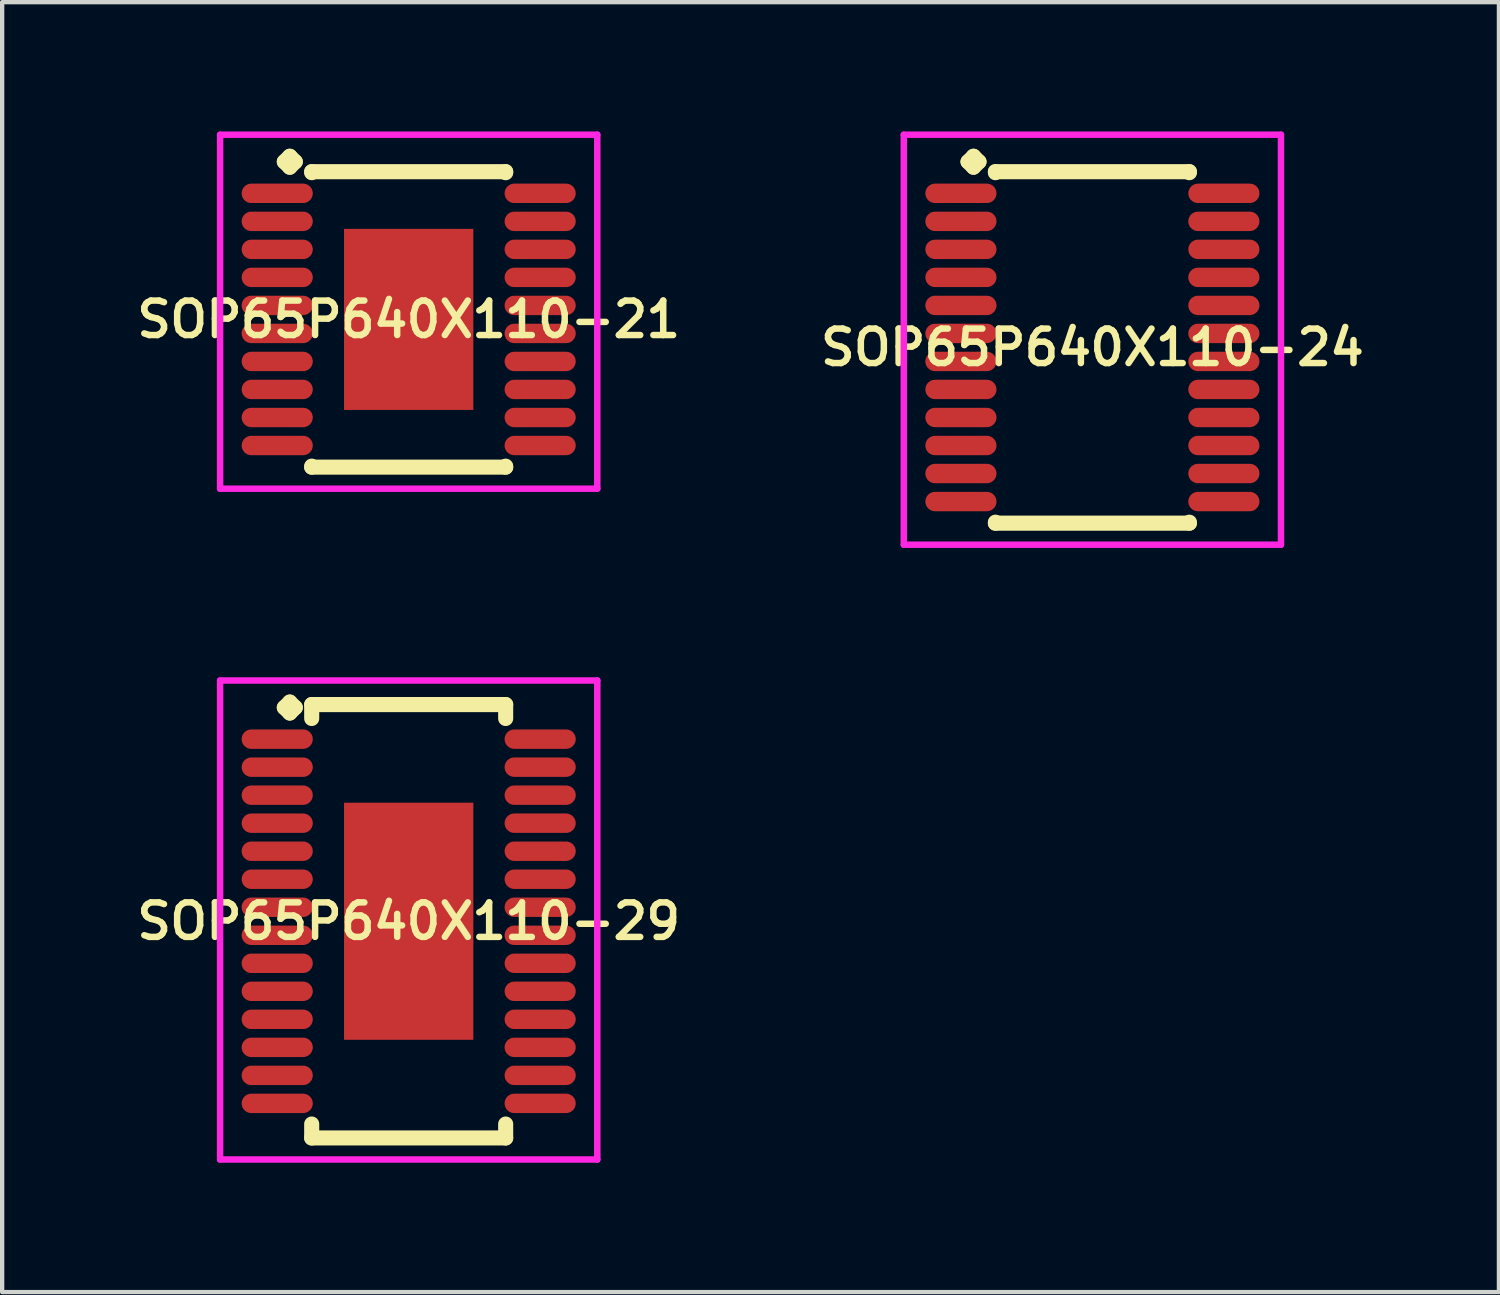
<source format=kicad_pcb>
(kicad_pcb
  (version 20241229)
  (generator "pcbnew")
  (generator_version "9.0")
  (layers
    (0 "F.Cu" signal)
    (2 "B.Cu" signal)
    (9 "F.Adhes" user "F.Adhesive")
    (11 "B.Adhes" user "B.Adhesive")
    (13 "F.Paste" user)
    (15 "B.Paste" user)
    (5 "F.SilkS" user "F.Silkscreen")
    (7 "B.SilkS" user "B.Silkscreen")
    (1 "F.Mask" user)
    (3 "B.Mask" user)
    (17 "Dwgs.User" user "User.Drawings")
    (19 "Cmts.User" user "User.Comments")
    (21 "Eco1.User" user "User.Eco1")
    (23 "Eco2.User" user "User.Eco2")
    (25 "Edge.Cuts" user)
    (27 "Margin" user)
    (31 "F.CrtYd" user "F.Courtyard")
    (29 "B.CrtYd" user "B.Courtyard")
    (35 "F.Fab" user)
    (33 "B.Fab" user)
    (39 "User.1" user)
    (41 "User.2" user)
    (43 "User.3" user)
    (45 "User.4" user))
  (footprint "SOP65P640X110-21"
    (layer "F.Cu")
    (at 6.431 4.36)
    (property "Reference" "SOP65P640X110-21" (at 0 0 0) (layer "F.SilkS") (effects (font (size 0.8 0.8) (thickness 0.15))))
    (attr through_hole)
    (fp_line (start -2.885 -3.658) (end -2.758 -3.785) (stroke (width 0.35) (type solid)) (layer "F.SilkS"))
    (fp_line (start -2.758 -3.785) (end -2.631 -3.658) (stroke (width 0.35) (type solid)) (layer "F.SilkS"))
    (fp_line (start -2.758 -3.531) (end -2.885 -3.658) (stroke (width 0.35) (type solid)) (layer "F.SilkS"))
    (fp_line (start -2.631 -3.658) (end -2.758 -3.531) (stroke (width 0.35) (type solid)) (layer "F.SilkS"))
    (fp_line (start -2.25 -3.427) (end 2.25 -3.427) (stroke (width 0.35) (type solid)) (layer "F.SilkS"))
    (fp_line (start -2.25 -3.404) (end -2.25 -3.427) (stroke (width 0.35) (type solid)) (layer "F.SilkS"))
    (fp_line (start -2.25 3.404) (end -2.25 3.427) (stroke (width 0.35) (type solid)) (layer "F.SilkS"))
    (fp_line (start -2.25 3.427) (end 2.25 3.427) (stroke (width 0.35) (type solid)) (layer "F.SilkS"))
    (fp_line (start 2.25 -3.427) (end 2.25 -3.404) (stroke (width 0.35) (type solid)) (layer "F.SilkS"))
    (fp_line (start 2.25 3.427) (end 2.25 3.404) (stroke (width 0.35) (type solid)) (layer "F.SilkS"))
    (fp_line (start -4.375 -4.285) (end 4.375 -4.285) (stroke (width 0.15) (type solid)) (layer "F.CrtYd"))
    (fp_line (start -4.375 3.927) (end -4.375 -4.285) (stroke (width 0.15) (type solid)) (layer "F.CrtYd"))
    (fp_line (start 4.375 -4.285) (end 4.375 3.927) (stroke (width 0.15) (type solid)) (layer "F.CrtYd"))
    (fp_line (start 4.375 3.927) (end -4.375 3.927) (stroke (width 0.15) (type solid)) (layer "F.CrtYd"))
    (pad "1" smd oval (at -3.05 -2.925) (size 1.65 0.45) (layers "F.Cu" "F.Mask" "F.Paste"))
    (pad "2" smd oval (at -3.05 -2.275) (size 1.65 0.45) (layers "F.Cu" "F.Mask" "F.Paste"))
    (pad "3" smd oval (at -3.05 -1.625) (size 1.65 0.45) (layers "F.Cu" "F.Mask" "F.Paste"))
    (pad "4" smd oval (at -3.05 -0.975) (size 1.65 0.45) (layers "F.Cu" "F.Mask" "F.Paste"))
    (pad "5" smd oval (at -3.05 -0.325) (size 1.65 0.45) (layers "F.Cu" "F.Mask" "F.Paste"))
    (pad "6" smd oval (at -3.05 0.325) (size 1.65 0.45) (layers "F.Cu" "F.Mask" "F.Paste"))
    (pad "7" smd oval (at -3.05 0.975) (size 1.65 0.45) (layers "F.Cu" "F.Mask" "F.Paste"))
    (pad "8" smd oval (at -3.05 1.625) (size 1.65 0.45) (layers "F.Cu" "F.Mask" "F.Paste"))
    (pad "9" smd oval (at -3.05 2.275) (size 1.65 0.45) (layers "F.Cu" "F.Mask" "F.Paste"))
    (pad "10" smd oval (at -3.05 2.925) (size 1.65 0.45) (layers "F.Cu" "F.Mask" "F.Paste"))
    (pad "11" smd oval (at 3.05 2.925) (size 1.65 0.45) (layers "F.Cu" "F.Mask" "F.Paste"))
    (pad "12" smd oval (at 3.05 2.275) (size 1.65 0.45) (layers "F.Cu" "F.Mask" "F.Paste"))
    (pad "13" smd oval (at 3.05 1.625) (size 1.65 0.45) (layers "F.Cu" "F.Mask" "F.Paste"))
    (pad "14" smd oval (at 3.05 0.975) (size 1.65 0.45) (layers "F.Cu" "F.Mask" "F.Paste"))
    (pad "15" smd oval (at 3.05 0.325) (size 1.65 0.45) (layers "F.Cu" "F.Mask" "F.Paste"))
    (pad "16" smd oval (at 3.05 -0.325) (size 1.65 0.45) (layers "F.Cu" "F.Mask" "F.Paste"))
    (pad "17" smd oval (at 3.05 -0.975) (size 1.65 0.45) (layers "F.Cu" "F.Mask" "F.Paste"))
    (pad "18" smd oval (at 3.05 -1.625) (size 1.65 0.45) (layers "F.Cu" "F.Mask" "F.Paste"))
    (pad "19" smd oval (at 3.05 -2.275) (size 1.65 0.45) (layers "F.Cu" "F.Mask" "F.Paste"))
    (pad "20" smd oval (at 3.05 -2.925) (size 1.65 0.45) (layers "F.Cu" "F.Mask" "F.Paste"))
    (pad "21" smd rect (at 0 0) (size 3 4.2) (layers "F.Cu" "F.Mask" "F.Paste")))
  (footprint "SOP65P640X110-29"
    (layer "F.Cu")
    (at 6.431 18.322)
    (property "Reference" "SOP65P640X110-29" (at 0 0 0) (layer "F.SilkS") (effects (font (size 0.8 0.8) (thickness 0.15))))
    (attr smd)
    (fp_line (start -2.885 -4.958) (end -2.758 -5.085) (stroke (width 0.35) (type solid)) (layer "F.SilkS"))
    (fp_line (start -2.758 -5.085) (end -2.631 -4.958) (stroke (width 0.35) (type solid)) (layer "F.SilkS"))
    (fp_line (start -2.758 -4.831) (end -2.885 -4.958) (stroke (width 0.35) (type solid)) (layer "F.SilkS"))
    (fp_line (start -2.631 -4.958) (end -2.758 -4.831) (stroke (width 0.35) (type solid)) (layer "F.SilkS"))
    (fp_line (start -2.25 -5.027) (end 2.25 -5.027) (stroke (width 0.35) (type solid)) (layer "F.SilkS"))
    (fp_line (start -2.25 -4.704) (end -2.25 -5.027) (stroke (width 0.35) (type solid)) (layer "F.SilkS"))
    (fp_line (start -2.25 4.704) (end -2.25 5.027) (stroke (width 0.35) (type solid)) (layer "F.SilkS"))
    (fp_line (start -2.25 5.027) (end 2.25 5.027) (stroke (width 0.35) (type solid)) (layer "F.SilkS"))
    (fp_line (start 2.25 -5.027) (end 2.25 -4.704) (stroke (width 0.35) (type solid)) (layer "F.SilkS"))
    (fp_line (start 2.25 5.027) (end 2.25 4.704) (stroke (width 0.35) (type solid)) (layer "F.SilkS"))
    (fp_line (start -4.375 -5.585) (end 4.375 -5.585) (stroke (width 0.15) (type solid)) (layer "F.CrtYd"))
    (fp_line (start -4.375 5.527) (end -4.375 -5.585) (stroke (width 0.15) (type solid)) (layer "F.CrtYd"))
    (fp_line (start 4.375 -5.585) (end 4.375 5.527) (stroke (width 0.15) (type solid)) (layer "F.CrtYd"))
    (fp_line (start 4.375 5.527) (end -4.375 5.527) (stroke (width 0.15) (type solid)) (layer "F.CrtYd"))
    (pad "1" smd oval (at -3.05 -4.225) (size 1.65 0.45) (layers "F.Cu" "F.Mask" "F.Paste"))
    (pad "2" smd oval (at -3.05 -3.575) (size 1.65 0.45) (layers "F.Cu" "F.Mask" "F.Paste"))
    (pad "3" smd oval (at -3.05 -2.925) (size 1.65 0.45) (layers "F.Cu" "F.Mask" "F.Paste"))
    (pad "4" smd oval (at -3.05 -2.275) (size 1.65 0.45) (layers "F.Cu" "F.Mask" "F.Paste"))
    (pad "5" smd oval (at -3.05 -1.625) (size 1.65 0.45) (layers "F.Cu" "F.Mask" "F.Paste"))
    (pad "6" smd oval (at -3.05 -0.975) (size 1.65 0.45) (layers "F.Cu" "F.Mask" "F.Paste"))
    (pad "7" smd oval (at -3.05 -0.325) (size 1.65 0.45) (layers "F.Cu" "F.Mask" "F.Paste"))
    (pad "8" smd oval (at -3.05 0.325) (size 1.65 0.45) (layers "F.Cu" "F.Mask" "F.Paste"))
    (pad "9" smd oval (at -3.05 0.975) (size 1.65 0.45) (layers "F.Cu" "F.Mask" "F.Paste"))
    (pad "10" smd oval (at -3.05 1.625) (size 1.65 0.45) (layers "F.Cu" "F.Mask" "F.Paste"))
    (pad "11" smd oval (at -3.05 2.275) (size 1.65 0.45) (layers "F.Cu" "F.Mask" "F.Paste"))
    (pad "12" smd oval (at -3.05 2.925) (size 1.65 0.45) (layers "F.Cu" "F.Mask" "F.Paste"))
    (pad "13" smd oval (at -3.05 3.575) (size 1.65 0.45) (layers "F.Cu" "F.Mask" "F.Paste"))
    (pad "14" smd oval (at -3.05 4.225) (size 1.65 0.45) (layers "F.Cu" "F.Mask" "F.Paste"))
    (pad "15" smd oval (at 3.05 4.225) (size 1.65 0.45) (layers "F.Cu" "F.Mask" "F.Paste"))
    (pad "16" smd oval (at 3.05 3.575) (size 1.65 0.45) (layers "F.Cu" "F.Mask" "F.Paste"))
    (pad "17" smd oval (at 3.05 2.925) (size 1.65 0.45) (layers "F.Cu" "F.Mask" "F.Paste"))
    (pad "18" smd oval (at 3.05 2.275) (size 1.65 0.45) (layers "F.Cu" "F.Mask" "F.Paste"))
    (pad "19" smd oval (at 3.05 1.625) (size 1.65 0.45) (layers "F.Cu" "F.Mask" "F.Paste"))
    (pad "20" smd oval (at 3.05 0.975) (size 1.65 0.45) (layers "F.Cu" "F.Mask" "F.Paste"))
    (pad "21" smd oval (at 3.05 0.325) (size 1.65 0.45) (layers "F.Cu" "F.Mask" "F.Paste"))
    (pad "22" smd oval (at 3.05 -0.325) (size 1.65 0.45) (layers "F.Cu" "F.Mask" "F.Paste"))
    (pad "23" smd oval (at 3.05 -0.975) (size 1.65 0.45) (layers "F.Cu" "F.Mask" "F.Paste"))
    (pad "24" smd oval (at 3.05 -1.625) (size 1.65 0.45) (layers "F.Cu" "F.Mask" "F.Paste"))
    (pad "25" smd oval (at 3.05 -2.275) (size 1.65 0.45) (layers "F.Cu" "F.Mask" "F.Paste"))
    (pad "26" smd oval (at 3.05 -2.925) (size 1.65 0.45) (layers "F.Cu" "F.Mask" "F.Paste"))
    (pad "27" smd oval (at 3.05 -3.575) (size 1.65 0.45) (layers "F.Cu" "F.Mask" "F.Paste"))
    (pad "28" smd oval (at 3.05 -4.225) (size 1.65 0.45) (layers "F.Cu" "F.Mask" "F.Paste"))
    (pad "29" smd rect (at 0 0) (size 3 5.5) (layers "F.Cu" "F.Mask" "F.Paste")))
  (footprint "SOP65P640X110-24"
    (layer "F.Cu")
    (at 22.292 5.01)
    (property "Reference" "SOP65P640X110-24" (at 0 0 0) (layer "F.SilkS") (effects (font (size 0.8 0.8) (thickness 0.15))))
    (attr smd)
    (fp_line (start -2.885 -4.308) (end -2.758 -4.435) (stroke (width 0.35) (type solid)) (layer "F.SilkS"))
    (fp_line (start -2.758 -4.435) (end -2.631 -4.308) (stroke (width 0.35) (type solid)) (layer "F.SilkS"))
    (fp_line (start -2.758 -4.181) (end -2.885 -4.308) (stroke (width 0.35) (type solid)) (layer "F.SilkS"))
    (fp_line (start -2.631 -4.308) (end -2.758 -4.181) (stroke (width 0.35) (type solid)) (layer "F.SilkS"))
    (fp_line (start -2.25 -4.077) (end 2.25 -4.077) (stroke (width 0.35) (type solid)) (layer "F.SilkS"))
    (fp_line (start -2.25 -4.054) (end -2.25 -4.077) (stroke (width 0.35) (type solid)) (layer "F.SilkS"))
    (fp_line (start -2.25 4.054) (end -2.25 4.077) (stroke (width 0.35) (type solid)) (layer "F.SilkS"))
    (fp_line (start -2.25 4.077) (end 2.25 4.077) (stroke (width 0.35) (type solid)) (layer "F.SilkS"))
    (fp_line (start 2.25 -4.077) (end 2.25 -4.054) (stroke (width 0.35) (type solid)) (layer "F.SilkS"))
    (fp_line (start 2.25 4.077) (end 2.25 4.054) (stroke (width 0.35) (type solid)) (layer "F.SilkS"))
    (fp_line (start -4.375 -4.935) (end 4.375 -4.935) (stroke (width 0.15) (type solid)) (layer "F.CrtYd"))
    (fp_line (start -4.375 4.577) (end -4.375 -4.935) (stroke (width 0.15) (type solid)) (layer "F.CrtYd"))
    (fp_line (start 4.375 -4.935) (end 4.375 4.577) (stroke (width 0.15) (type solid)) (layer "F.CrtYd"))
    (fp_line (start 4.375 4.577) (end -4.375 4.577) (stroke (width 0.15) (type solid)) (layer "F.CrtYd"))
    (pad "1" smd oval (at -3.05 -3.575) (size 1.65 0.45) (layers "F.Cu" "F.Mask" "F.Paste"))
    (pad "2" smd oval (at -3.05 -2.925) (size 1.65 0.45) (layers "F.Cu" "F.Mask" "F.Paste"))
    (pad "3" smd oval (at -3.05 -2.275) (size 1.65 0.45) (layers "F.Cu" "F.Mask" "F.Paste"))
    (pad "4" smd oval (at -3.05 -1.625) (size 1.65 0.45) (layers "F.Cu" "F.Mask" "F.Paste"))
    (pad "5" smd oval (at -3.05 -0.975) (size 1.65 0.45) (layers "F.Cu" "F.Mask" "F.Paste"))
    (pad "6" smd oval (at -3.05 -0.325) (size 1.65 0.45) (layers "F.Cu" "F.Mask" "F.Paste"))
    (pad "7" smd oval (at -3.05 0.325) (size 1.65 0.45) (layers "F.Cu" "F.Mask" "F.Paste"))
    (pad "8" smd oval (at -3.05 0.975) (size 1.65 0.45) (layers "F.Cu" "F.Mask" "F.Paste"))
    (pad "9" smd oval (at -3.05 1.625) (size 1.65 0.45) (layers "F.Cu" "F.Mask" "F.Paste"))
    (pad "10" smd oval (at -3.05 2.275) (size 1.65 0.45) (layers "F.Cu" "F.Mask" "F.Paste"))
    (pad "11" smd oval (at -3.05 2.925) (size 1.65 0.45) (layers "F.Cu" "F.Mask" "F.Paste"))
    (pad "12" smd oval (at -3.05 3.575) (size 1.65 0.45) (layers "F.Cu" "F.Mask" "F.Paste"))
    (pad "13" smd oval (at 3.05 3.575) (size 1.65 0.45) (layers "F.Cu" "F.Mask" "F.Paste"))
    (pad "14" smd oval (at 3.05 2.925) (size 1.65 0.45) (layers "F.Cu" "F.Mask" "F.Paste"))
    (pad "15" smd oval (at 3.05 2.275) (size 1.65 0.45) (layers "F.Cu" "F.Mask" "F.Paste"))
    (pad "16" smd oval (at 3.05 1.625) (size 1.65 0.45) (layers "F.Cu" "F.Mask" "F.Paste"))
    (pad "17" smd oval (at 3.05 0.975) (size 1.65 0.45) (layers "F.Cu" "F.Mask" "F.Paste"))
    (pad "18" smd oval (at 3.05 0.325) (size 1.65 0.45) (layers "F.Cu" "F.Mask" "F.Paste"))
    (pad "19" smd oval (at 3.05 -0.325) (size 1.65 0.45) (layers "F.Cu" "F.Mask" "F.Paste"))
    (pad "20" smd oval (at 3.05 -0.975) (size 1.65 0.45) (layers "F.Cu" "F.Mask" "F.Paste"))
    (pad "21" smd oval (at 3.05 -1.625) (size 1.65 0.45) (layers "F.Cu" "F.Mask" "F.Paste"))
    (pad "22" smd oval (at 3.05 -2.275) (size 1.65 0.45) (layers "F.Cu" "F.Mask" "F.Paste"))
    (pad "23" smd oval (at 3.05 -2.925) (size 1.65 0.45) (layers "F.Cu" "F.Mask" "F.Paste"))
    (pad "24" smd oval (at 3.05 -3.575) (size 1.65 0.45) (layers "F.Cu" "F.Mask" "F.Paste")))
  (gr_rect
    (start -3 -3)
    (end 31.723 26.924)
    (stroke (width 0.1) (type default))
    (fill no)
    (layer "Edge.Cuts")))
</source>
